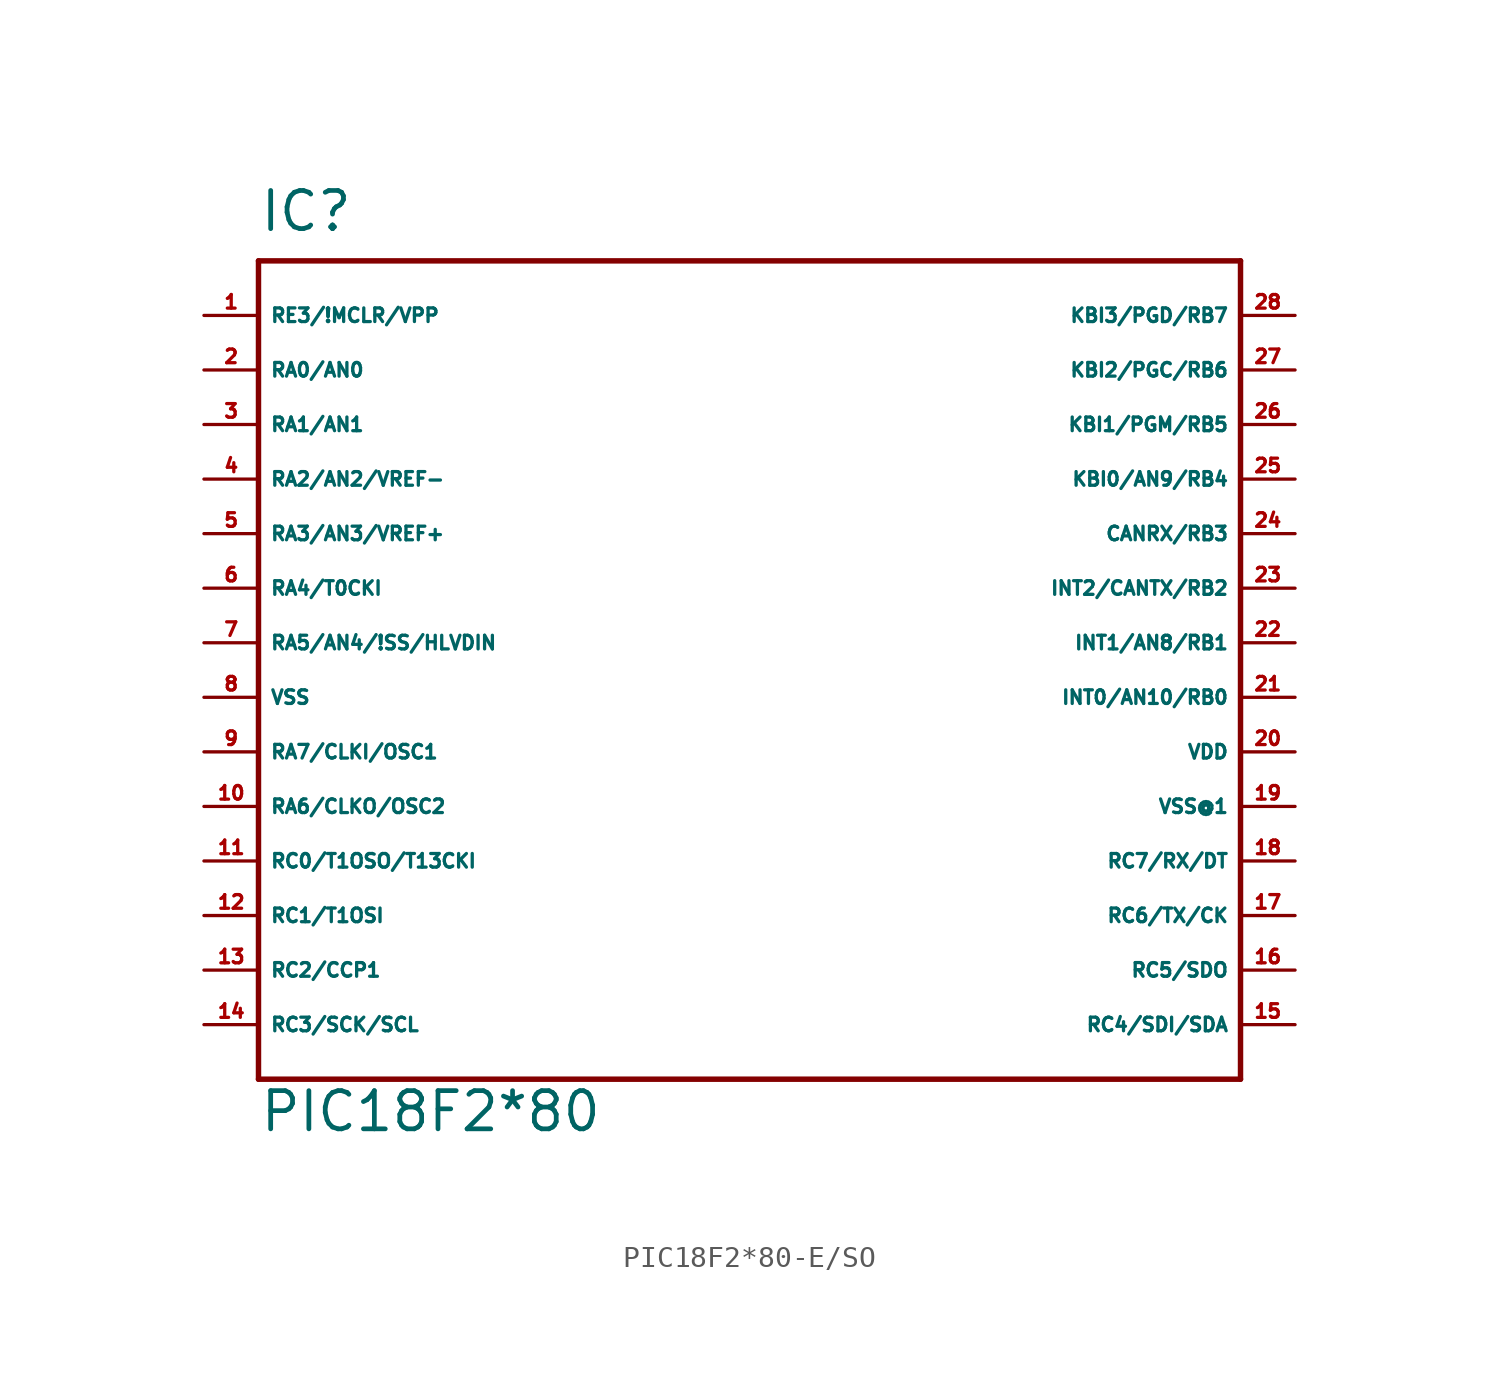
<source format=kicad_sym>
(kicad_symbol_lib
  (version 20220914)
  (generator Eagle2Kicad)
  (symbol "PIC18F2*80-E/SO"
    (property "Reference" "IC"
      (at -22.86 21.59 0)
      (effects (font (size 1.778 1.778) (thickness 0.22)) (justify left bottom)))
    (property "Value" "PIC18F2*80"
      (at -22.86 -20.32 0)
      (effects (font (size 1.778 1.778) (thickness 0.22)) (justify left bottom)))
    (polyline
      (pts (xy -22.86 20.32) (xy 22.86 20.32))
      (stroke (width 0.254) (type default))
      (fill (type none)))
    (polyline
      (pts (xy 22.86 20.32) (xy 22.86 -17.78))
      (stroke (width 0.254) (type default))
      (fill (type none)))
    (polyline
      (pts (xy 22.86 -17.78) (xy -22.86 -17.78))
      (stroke (width 0.254) (type default))
      (fill (type none)))
    (polyline
      (pts (xy -22.86 -17.78) (xy -22.86 20.32))
      (stroke (width 0.254) (type default))
      (fill (type none)))
    (pin input line
      (at -25.4 17.78 0)
      (length 2.54)
      (name "RE3/!MCLR/VPP" (effects (font (size 0.635 0.635) (thickness 0.08)) (justify left bottom)))
      (number "1" (effects (font (size 0.635 0.635) (thickness 0.08)) (justify left bottom))))
    (pin bidirectional line
      (at -25.4 15.24 0)
      (length 2.54)
      (name "RA0/AN0" (effects (font (size 0.635 0.635) (thickness 0.08)) (justify left bottom)))
      (number "2" (effects (font (size 0.635 0.635) (thickness 0.08)) (justify left bottom))))
    (pin bidirectional line
      (at -25.4 12.7 0)
      (length 2.54)
      (name "RA1/AN1" (effects (font (size 0.635 0.635) (thickness 0.08)) (justify left bottom)))
      (number "3" (effects (font (size 0.635 0.635) (thickness 0.08)) (justify left bottom))))
    (pin bidirectional line
      (at -25.4 10.16 0)
      (length 2.54)
      (name "RA2/AN2/VREF-" (effects (font (size 0.635 0.635) (thickness 0.08)) (justify left bottom)))
      (number "4" (effects (font (size 0.635 0.635) (thickness 0.08)) (justify left bottom))))
    (pin bidirectional line
      (at -25.4 7.62 0)
      (length 2.54)
      (name "RA3/AN3/VREF+" (effects (font (size 0.635 0.635) (thickness 0.08)) (justify left bottom)))
      (number "5" (effects (font (size 0.635 0.635) (thickness 0.08)) (justify left bottom))))
    (pin bidirectional line
      (at -25.4 5.08 0)
      (length 2.54)
      (name "RA4/T0CKI" (effects (font (size 0.635 0.635) (thickness 0.08)) (justify left bottom)))
      (number "6" (effects (font (size 0.635 0.635) (thickness 0.08)) (justify left bottom))))
    (pin bidirectional line
      (at -25.4 2.54 0)
      (length 2.54)
      (name "RA5/AN4/!SS/HLVDIN" (effects (font (size 0.635 0.635) (thickness 0.08)) (justify left bottom)))
      (number "7" (effects (font (size 0.635 0.635) (thickness 0.08)) (justify left bottom))))
    (pin unspecified line
      (at -25.4 0 0)
      (length 2.54)
      (name "VSS" (effects (font (size 0.635 0.635) (thickness 0.08)) (justify left bottom)))
      (number "8" (effects (font (size 0.635 0.635) (thickness 0.08)) (justify left bottom))))
    (pin input line
      (at -25.4 -2.54 0)
      (length 2.54)
      (name "RA7/CLKI/OSC1" (effects (font (size 0.635 0.635) (thickness 0.08)) (justify left bottom)))
      (number "9" (effects (font (size 0.635 0.635) (thickness 0.08)) (justify left bottom))))
    (pin output line
      (at -25.4 -5.08 0)
      (length 2.54)
      (name "RA6/CLKO/OSC2" (effects (font (size 0.635 0.635) (thickness 0.08)) (justify left bottom)))
      (number "10" (effects (font (size 0.635 0.635) (thickness 0.08)) (justify left bottom))))
    (pin bidirectional line
      (at -25.4 -7.62 0)
      (length 2.54)
      (name "RC0/T1OSO/T13CKI" (effects (font (size 0.635 0.635) (thickness 0.08)) (justify left bottom)))
      (number "11" (effects (font (size 0.635 0.635) (thickness 0.08)) (justify left bottom))))
    (pin bidirectional line
      (at -25.4 -10.16 0)
      (length 2.54)
      (name "RC1/T1OSI" (effects (font (size 0.635 0.635) (thickness 0.08)) (justify left bottom)))
      (number "12" (effects (font (size 0.635 0.635) (thickness 0.08)) (justify left bottom))))
    (pin bidirectional line
      (at -25.4 -12.7 0)
      (length 2.54)
      (name "RC2/CCP1" (effects (font (size 0.635 0.635) (thickness 0.08)) (justify left bottom)))
      (number "13" (effects (font (size 0.635 0.635) (thickness 0.08)) (justify left bottom))))
    (pin bidirectional line
      (at -25.4 -15.24 0)
      (length 2.54)
      (name "RC3/SCK/SCL" (effects (font (size 0.635 0.635) (thickness 0.08)) (justify left bottom)))
      (number "14" (effects (font (size 0.635 0.635) (thickness 0.08)) (justify left bottom))))
    (pin bidirectional line
      (at 25.4 -15.24 180)
      (length 2.54)
      (name "RC4/SDI/SDA" (effects (font (size 0.635 0.635) (thickness 0.08)) (justify left bottom)))
      (number "15" (effects (font (size 0.635 0.635) (thickness 0.08)) (justify left bottom))))
    (pin bidirectional line
      (at 25.4 -12.7 180)
      (length 2.54)
      (name "RC5/SDO" (effects (font (size 0.635 0.635) (thickness 0.08)) (justify left bottom)))
      (number "16" (effects (font (size 0.635 0.635) (thickness 0.08)) (justify left bottom))))
    (pin bidirectional line
      (at 25.4 -10.16 180)
      (length 2.54)
      (name "RC6/TX/CK" (effects (font (size 0.635 0.635) (thickness 0.08)) (justify left bottom)))
      (number "17" (effects (font (size 0.635 0.635) (thickness 0.08)) (justify left bottom))))
    (pin bidirectional line
      (at 25.4 -7.62 180)
      (length 2.54)
      (name "RC7/RX/DT" (effects (font (size 0.635 0.635) (thickness 0.08)) (justify left bottom)))
      (number "18" (effects (font (size 0.635 0.635) (thickness 0.08)) (justify left bottom))))
    (pin unspecified line
      (at 25.4 -5.08 180)
      (length 2.54)
      (name "VSS@1" (effects (font (size 0.635 0.635) (thickness 0.08)) (justify left bottom)))
      (number "19" (effects (font (size 0.635 0.635) (thickness 0.08)) (justify left bottom))))
    (pin unspecified line
      (at 25.4 -2.54 180)
      (length 2.54)
      (name "VDD" (effects (font (size 0.635 0.635) (thickness 0.08)) (justify left bottom)))
      (number "20" (effects (font (size 0.635 0.635) (thickness 0.08)) (justify left bottom))))
    (pin bidirectional line
      (at 25.4 0 180)
      (length 2.54)
      (name "INT0/AN10/RB0" (effects (font (size 0.635 0.635) (thickness 0.08)) (justify left bottom)))
      (number "21" (effects (font (size 0.635 0.635) (thickness 0.08)) (justify left bottom))))
    (pin bidirectional line
      (at 25.4 2.54 180)
      (length 2.54)
      (name "INT1/AN8/RB1" (effects (font (size 0.635 0.635) (thickness 0.08)) (justify left bottom)))
      (number "22" (effects (font (size 0.635 0.635) (thickness 0.08)) (justify left bottom))))
    (pin bidirectional line
      (at 25.4 5.08 180)
      (length 2.54)
      (name "INT2/CANTX/RB2" (effects (font (size 0.635 0.635) (thickness 0.08)) (justify left bottom)))
      (number "23" (effects (font (size 0.635 0.635) (thickness 0.08)) (justify left bottom))))
    (pin bidirectional line
      (at 25.4 7.62 180)
      (length 2.54)
      (name "CANRX/RB3" (effects (font (size 0.635 0.635) (thickness 0.08)) (justify left bottom)))
      (number "24" (effects (font (size 0.635 0.635) (thickness 0.08)) (justify left bottom))))
    (pin bidirectional line
      (at 25.4 10.16 180)
      (length 2.54)
      (name "KBI0/AN9/RB4" (effects (font (size 0.635 0.635) (thickness 0.08)) (justify left bottom)))
      (number "25" (effects (font (size 0.635 0.635) (thickness 0.08)) (justify left bottom))))
    (pin bidirectional line
      (at 25.4 12.7 180)
      (length 2.54)
      (name "KBI1/PGM/RB5" (effects (font (size 0.635 0.635) (thickness 0.08)) (justify left bottom)))
      (number "26" (effects (font (size 0.635 0.635) (thickness 0.08)) (justify left bottom))))
    (pin bidirectional line
      (at 25.4 15.24 180)
      (length 2.54)
      (name "KBI2/PGC/RB6" (effects (font (size 0.635 0.635) (thickness 0.08)) (justify left bottom)))
      (number "27" (effects (font (size 0.635 0.635) (thickness 0.08)) (justify left bottom))))
    (pin bidirectional line
      (at 25.4 17.78 180)
      (length 2.54)
      (name "KBI3/PGD/RB7" (effects (font (size 0.635 0.635) (thickness 0.08)) (justify left bottom)))
      (number "28" (effects (font (size 0.635 0.635) (thickness 0.08)) (justify left bottom))))))
</source>
